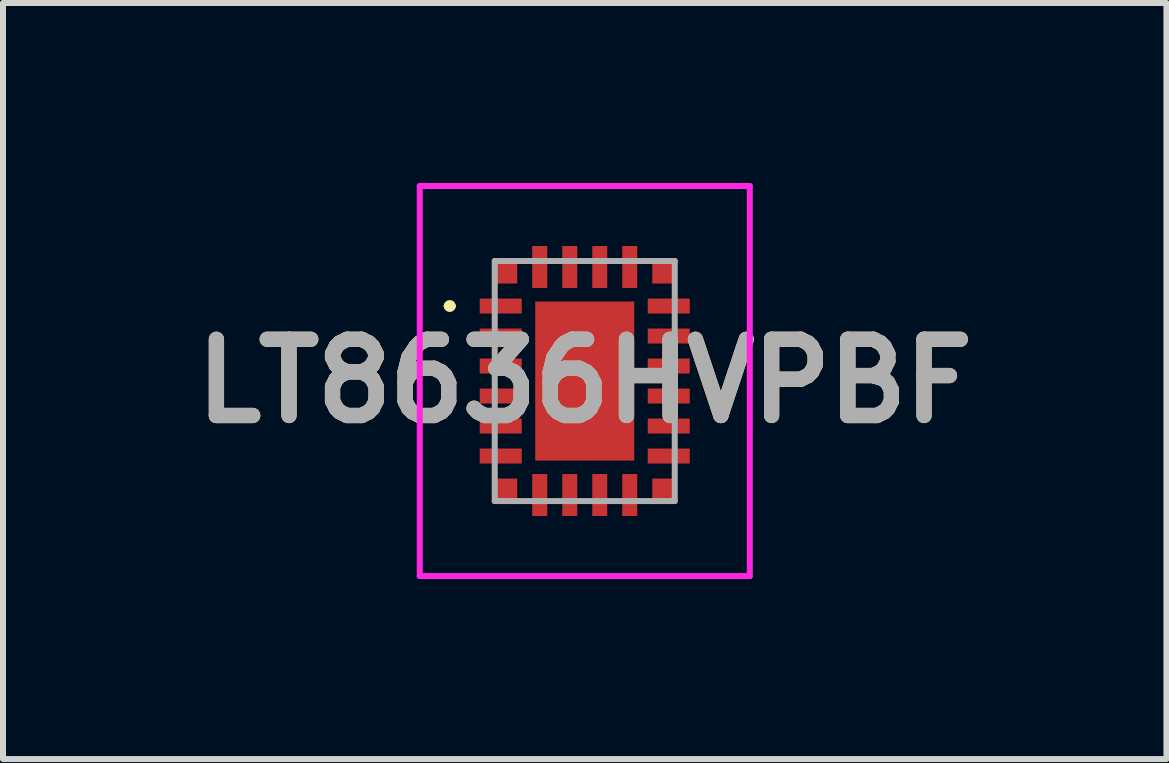
<source format=kicad_pcb>
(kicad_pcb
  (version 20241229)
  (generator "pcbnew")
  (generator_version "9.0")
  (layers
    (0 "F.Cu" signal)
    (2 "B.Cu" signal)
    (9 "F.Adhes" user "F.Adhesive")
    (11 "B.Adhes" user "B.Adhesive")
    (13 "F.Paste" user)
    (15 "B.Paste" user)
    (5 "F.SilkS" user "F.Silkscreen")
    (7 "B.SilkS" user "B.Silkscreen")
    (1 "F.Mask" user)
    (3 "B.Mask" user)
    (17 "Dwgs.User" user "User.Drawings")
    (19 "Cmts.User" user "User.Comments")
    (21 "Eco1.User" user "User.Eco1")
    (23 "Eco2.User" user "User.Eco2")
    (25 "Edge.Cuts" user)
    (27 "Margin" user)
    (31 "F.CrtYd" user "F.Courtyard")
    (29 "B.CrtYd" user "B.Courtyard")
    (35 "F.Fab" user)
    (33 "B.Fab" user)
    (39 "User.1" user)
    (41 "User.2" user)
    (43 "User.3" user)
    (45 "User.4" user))
  (footprint "LT8636HVPBF"
    (layer "F.Cu")
    (at 6.695 3.3)
    (property "Reference" "LT8636HVPBF" (at 0 0 0) (layer "F.SilkS") (effects (font (size 1.27 1.27) (thickness 0.254))))
    (attr smd)
    (fp_line (start -2.3 -1.25) (end -2.3 -1.25) (stroke (width 0.1) (type solid)) (layer "F.SilkS"))
    (fp_line (start -2.2 -1.25) (end -2.2 -1.25) (stroke (width 0.1) (type solid)) (layer "F.SilkS"))
    (fp_arc (start -2.3 -1.25) (mid -2.25 -1.3) (end -2.2 -1.25) (stroke (width 0.1) (type solid)) (layer "F.SilkS"))
    (fp_arc (start -2.2 -1.25) (mid -2.25 -1.2) (end -2.3 -1.25) (stroke (width 0.1) (type solid)) (layer "F.SilkS"))
    (fp_line (start -2.75 -3.25) (end 2.75 -3.25) (stroke (width 0.1) (type solid)) (layer "F.CrtYd"))
    (fp_line (start -2.75 3.25) (end -2.75 -3.25) (stroke (width 0.1) (type solid)) (layer "F.CrtYd"))
    (fp_line (start 2.75 -3.25) (end 2.75 3.25) (stroke (width 0.1) (type solid)) (layer "F.CrtYd"))
    (fp_line (start 2.75 3.25) (end -2.75 3.25) (stroke (width 0.1) (type solid)) (layer "F.CrtYd"))
    (fp_line (start -1.5 -2) (end -1.5 2) (stroke (width 0.1) (type solid)) (layer "F.Fab"))
    (fp_line (start -1.5 2) (end 1.5 2) (stroke (width 0.1) (type solid)) (layer "F.Fab"))
    (fp_line (start 1.5 -2) (end -1.5 -2) (stroke (width 0.1) (type solid)) (layer "F.Fab"))
    (fp_line (start 1.5 2) (end 1.5 -2) (stroke (width 0.1) (type solid)) (layer "F.Fab"))
    (fp_text user "${REFERENCE}" (at 0 0 0) (layer "F.Fab") (effects (font (size 1.27 1.27) (thickness 0.254))))
    (pad "1" smd rect (at -1.4 -1.25 90) (size 0.25 0.7) (layers "F.Cu" "F.Mask" "F.Paste"))
    (pad "2" smd rect (at -1.4 -0.75 90) (size 0.25 0.7) (layers "F.Cu" "F.Mask" "F.Paste"))
    (pad "3" smd rect (at -1.4 -0.25 90) (size 0.25 0.7) (layers "F.Cu" "F.Mask" "F.Paste"))
    (pad "4" smd rect (at -1.4 0.25 90) (size 0.25 0.7) (layers "F.Cu" "F.Mask" "F.Paste"))
    (pad "5" smd rect (at -1.4 0.75 90) (size 0.25 0.7) (layers "F.Cu" "F.Mask" "F.Paste"))
    (pad "6" smd rect (at -1.4 1.25 90) (size 0.25 0.7) (layers "F.Cu" "F.Mask" "F.Paste"))
    (pad "7" smd rect (at -0.75 1.9) (size 0.25 0.7) (layers "F.Cu" "F.Mask" "F.Paste"))
    (pad "8" smd rect (at -0.25 1.9) (size 0.25 0.7) (layers "F.Cu" "F.Mask" "F.Paste"))
    (pad "9" smd rect (at 0.25 1.9) (size 0.25 0.7) (layers "F.Cu" "F.Mask" "F.Paste"))
    (pad "10" smd rect (at 0.75 1.9) (size 0.25 0.7) (layers "F.Cu" "F.Mask" "F.Paste"))
    (pad "11" smd rect (at 1.4 1.25 90) (size 0.25 0.7) (layers "F.Cu" "F.Mask" "F.Paste"))
    (pad "12" smd rect (at 1.4 0.75 90) (size 0.25 0.7) (layers "F.Cu" "F.Mask" "F.Paste"))
    (pad "13" smd rect (at 1.4 0.25 90) (size 0.25 0.7) (layers "F.Cu" "F.Mask" "F.Paste"))
    (pad "14" smd rect (at 1.4 -0.25 90) (size 0.25 0.7) (layers "F.Cu" "F.Mask" "F.Paste"))
    (pad "15" smd rect (at 1.4 -0.75 90) (size 0.25 0.7) (layers "F.Cu" "F.Mask" "F.Paste"))
    (pad "16" smd rect (at 1.4 -1.25 90) (size 0.25 0.7) (layers "F.Cu" "F.Mask" "F.Paste"))
    (pad "17" smd rect (at 0.75 -1.9) (size 0.25 0.7) (layers "F.Cu" "F.Mask" "F.Paste"))
    (pad "18" smd rect (at 0.25 -1.9) (size 0.25 0.7) (layers "F.Cu" "F.Mask" "F.Paste"))
    (pad "19" smd rect (at -0.25 -1.9) (size 0.25 0.7) (layers "F.Cu" "F.Mask" "F.Paste"))
    (pad "20" smd rect (at -0.75 -1.9) (size 0.25 0.7) (layers "F.Cu" "F.Mask" "F.Paste"))
    (pad "21" smd rect (at 0 0) (size 1.65 2.65) (layers "F.Cu" "F.Mask" "F.Paste"))
    (pad "22" smd rect (at -1.313 -1.813 90) (size 0.375 0.375) (layers "F.Cu" "F.Mask" "F.Paste"))
    (pad "23" smd rect (at -1.313 1.813 90) (size 0.375 0.375) (layers "F.Cu" "F.Mask" "F.Paste"))
    (pad "24" smd rect (at 1.313 1.813 90) (size 0.375 0.375) (layers "F.Cu" "F.Mask" "F.Paste"))
    (pad "25" smd rect (at 1.313 -1.813 90) (size 0.375 0.375) (layers "F.Cu" "F.Mask" "F.Paste")))
  (gr_rect
    (start -3 -3)
    (end 16.389 9.6)
    (stroke (width 0.1) (type default))
    (fill no)
    (layer "Edge.Cuts")))
</source>
